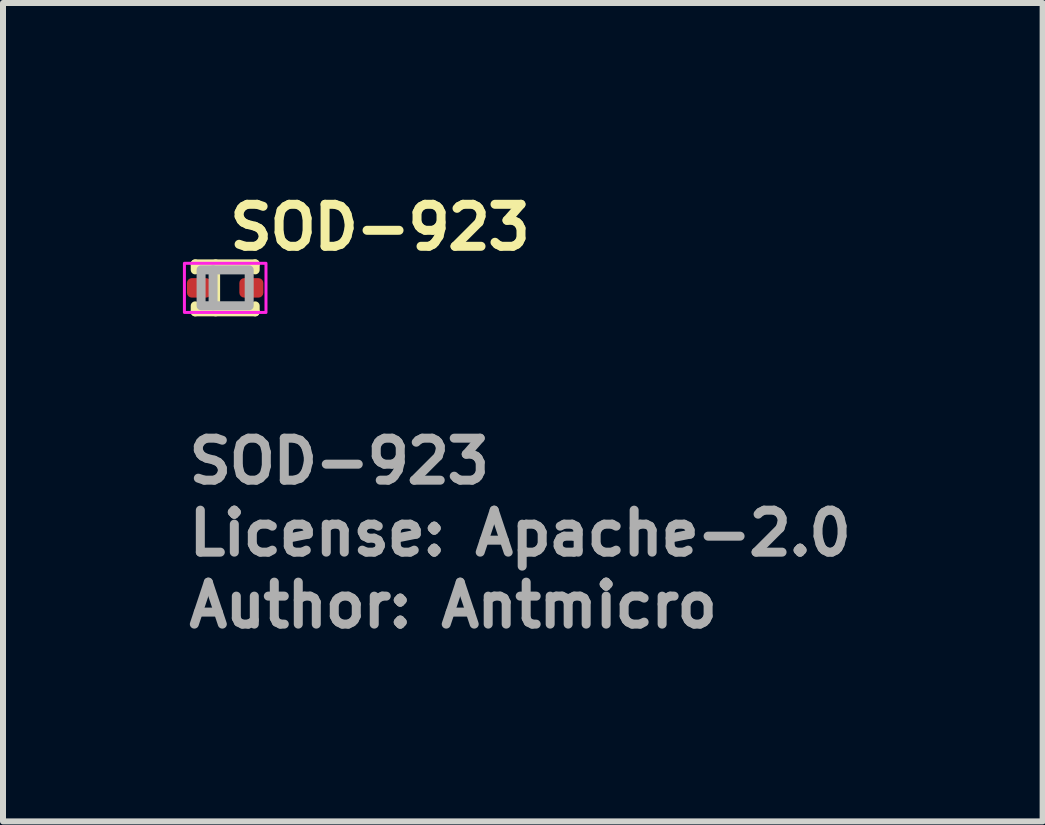
<source format=kicad_pcb>
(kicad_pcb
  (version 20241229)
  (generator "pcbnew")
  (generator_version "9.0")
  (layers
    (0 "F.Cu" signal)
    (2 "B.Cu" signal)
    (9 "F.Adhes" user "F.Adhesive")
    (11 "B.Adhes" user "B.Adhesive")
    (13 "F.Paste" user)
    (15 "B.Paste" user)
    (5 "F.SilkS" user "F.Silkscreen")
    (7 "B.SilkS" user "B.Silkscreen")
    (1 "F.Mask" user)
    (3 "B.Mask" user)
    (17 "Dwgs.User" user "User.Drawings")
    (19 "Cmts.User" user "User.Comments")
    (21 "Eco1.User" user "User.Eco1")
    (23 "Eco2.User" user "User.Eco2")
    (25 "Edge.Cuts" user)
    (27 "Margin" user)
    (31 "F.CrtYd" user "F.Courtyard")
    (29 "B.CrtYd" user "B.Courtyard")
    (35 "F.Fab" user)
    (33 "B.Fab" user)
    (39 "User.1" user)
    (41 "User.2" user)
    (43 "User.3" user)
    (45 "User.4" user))
  (footprint "SOD-923"
    (layer "F.Cu")
    (at 0.705 1.75)
    (property "Reference" "SOD-923" (at 0 -0.6 0) (unlocked yes) (layer "F.SilkS") (effects (font (size 0.7 0.7) (thickness 0.15)) (justify left bottom)))
    (attr smd)
    (fp_line (start -0.5 -0.4) (end 0.5 -0.4) (stroke (width 0.15) (type solid)) (layer "F.SilkS"))
    (fp_line (start -0.5 -0.3) (end -0.5 -0.4) (stroke (width 0.15) (type solid)) (layer "F.SilkS"))
    (fp_line (start -0.5 0.4) (end -0.5 0.3) (stroke (width 0.15) (type solid)) (layer "F.SilkS"))
    (fp_line (start -0.5 0.4) (end 0.5 0.4) (stroke (width 0.15) (type solid)) (layer "F.SilkS"))
    (fp_line (start -0.16 -0.4) (end -0.16 0.4) (stroke (width 0.15) (type solid)) (layer "F.SilkS"))
    (fp_line (start 0.5 -0.4) (end 0.5 -0.3) (stroke (width 0.15) (type solid)) (layer "F.SilkS"))
    (fp_line (start 0.5 0.4) (end 0.5 0.3) (stroke (width 0.15) (type solid)) (layer "F.SilkS"))
    (fp_rect (start -0.68 -0.41) (end 0.68 0.41) (stroke (width 0.05) (type solid)) (fill no) (layer "F.CrtYd"))
    (fp_line (start -0.202 -0.3) (end -0.202 0.298) (stroke (width 0.15) (type solid)) (layer "F.Fab"))
    (fp_rect (start -0.402 -0.3) (end 0.4 0.298) (stroke (width 0.15) (type solid)) (fill no) (layer "F.Fab"))
    (fp_rect (start -0.527 -0.326) (end 0.525 0.324) (stroke (width 0.1) (type solid)) (fill no) (layer "User.5"))
    (fp_line (start -0.527 -0.125) (end -0.527 0.123) (stroke (width 0.02) (type solid)) (layer "User.9"))
    (fp_line (start -0.527 0.123) (end -0.412 0.123) (stroke (width 0.02) (type solid)) (layer "User.9"))
    (fp_line (start -0.425 -0.326) (end 0.423 -0.326) (stroke (width 0.02) (type solid)) (layer "User.9"))
    (fp_line (start -0.425 -0.125) (end -0.425 -0.326) (stroke (width 0.02) (type solid)) (layer "User.9"))
    (fp_line (start -0.425 0.324) (end -0.425 0.123) (stroke (width 0.02) (type solid)) (layer "User.9"))
    (fp_line (start -0.412 -0.125) (end -0.527 -0.125) (stroke (width 0.02) (type solid)) (layer "User.9"))
    (fp_line (start -0.412 0.123) (end -0.412 -0.125) (stroke (width 0.02) (type solid)) (layer "User.9"))
    (fp_line (start -0.389 -0.289) (end -0.425 -0.326) (stroke (width 0.02) (type solid)) (layer "User.9"))
    (fp_line (start -0.389 -0.289) (end -0.389 0.287) (stroke (width 0.02) (type solid)) (layer "User.9"))
    (fp_line (start -0.389 0.287) (end -0.425 0.324) (stroke (width 0.02) (type solid)) (layer "User.9"))
    (fp_line (start -0.389 0.287) (end -0.325 0.287) (stroke (width 0.02) (type solid)) (layer "User.9"))
    (fp_line (start -0.325 -0.289) (end -0.389 -0.289) (stroke (width 0.02) (type solid)) (layer "User.9"))
    (fp_line (start -0.325 -0.289) (end -0.325 -0.289) (stroke (width 0.02) (type solid)) (layer "User.9"))
    (fp_line (start -0.325 -0.289) (end -0.325 0.287) (stroke (width 0.02) (type solid)) (layer "User.9"))
    (fp_line (start -0.325 0.287) (end -0.325 0.287) (stroke (width 0.02) (type solid)) (layer "User.9"))
    (fp_line (start -0.325 0.287) (end -0.234 0.287) (stroke (width 0.02) (type solid)) (layer "User.9"))
    (fp_line (start -0.234 -0.289) (end -0.325 -0.289) (stroke (width 0.02) (type solid)) (layer "User.9"))
    (fp_line (start -0.234 -0.289) (end -0.234 -0.289) (stroke (width 0.02) (type solid)) (layer "User.9"))
    (fp_line (start -0.234 0.287) (end -0.234 -0.289) (stroke (width 0.02) (type solid)) (layer "User.9"))
    (fp_line (start -0.234 0.287) (end -0.234 0.287) (stroke (width 0.02) (type solid)) (layer "User.9"))
    (fp_line (start -0.234 0.287) (end 0.387 0.287) (stroke (width 0.02) (type solid)) (layer "User.9"))
    (fp_line (start 0.387 -0.289) (end -0.234 -0.289) (stroke (width 0.02) (type solid)) (layer "User.9"))
    (fp_line (start 0.387 -0.289) (end 0.423 -0.326) (stroke (width 0.02) (type solid)) (layer "User.9"))
    (fp_line (start 0.387 0.287) (end 0.387 -0.289) (stroke (width 0.02) (type solid)) (layer "User.9"))
    (fp_line (start 0.387 0.287) (end 0.423 0.324) (stroke (width 0.02) (type solid)) (layer "User.9"))
    (fp_line (start 0.41 0.123) (end 0.41 -0.125) (stroke (width 0.02) (type solid)) (layer "User.9"))
    (fp_line (start 0.41 0.123) (end 0.525 0.123) (stroke (width 0.02) (type solid)) (layer "User.9"))
    (fp_line (start 0.423 -0.326) (end 0.423 -0.125) (stroke (width 0.02) (type solid)) (layer "User.9"))
    (fp_line (start 0.423 0.123) (end 0.423 0.324) (stroke (width 0.02) (type solid)) (layer "User.9"))
    (fp_line (start 0.423 0.324) (end -0.425 0.324) (stroke (width 0.02) (type solid)) (layer "User.9"))
    (fp_line (start 0.525 -0.125) (end 0.41 -0.125) (stroke (width 0.02) (type solid)) (layer "User.9"))
    (fp_line (start 0.525 0.123) (end 0.525 -0.125) (stroke (width 0.02) (type solid)) (layer "User.9"))
    (fp_text user "${REFERENCE}" (at -0.68 3.3 0) (unlocked yes) (layer "F.Fab") (effects (font (size 0.7 0.7) (thickness 0.15)) (justify left bottom)))
    (fp_text user "License: Apache-2.0" (at -0.68 4.5 0) (layer "F.Fab") (effects (font (size 0.7 0.7) (thickness 0.15)) (justify left bottom)))
    (fp_text user "Author: Antmicro" (at -0.68 5.7 0) (layer "F.Fab") (effects (font (size 0.7 0.7) (thickness 0.15)) (justify left bottom)))
    (pad "1" smd roundrect (at -0.438 0) (size 0.4 0.325) (layers "F.Cu" "F.Mask" "F.Paste") (roundrect_rratio 0.25))
    (pad "2" smd roundrect (at 0.436 0) (size 0.4 0.325) (layers "F.Cu" "F.Mask" "F.Paste") (roundrect_rratio 0.25)))
  (gr_rect
    (start -3 -3)
    (end 14.335 10.646)
    (stroke (width 0.1) (type default))
    (fill no)
    (layer "Edge.Cuts")))
</source>
